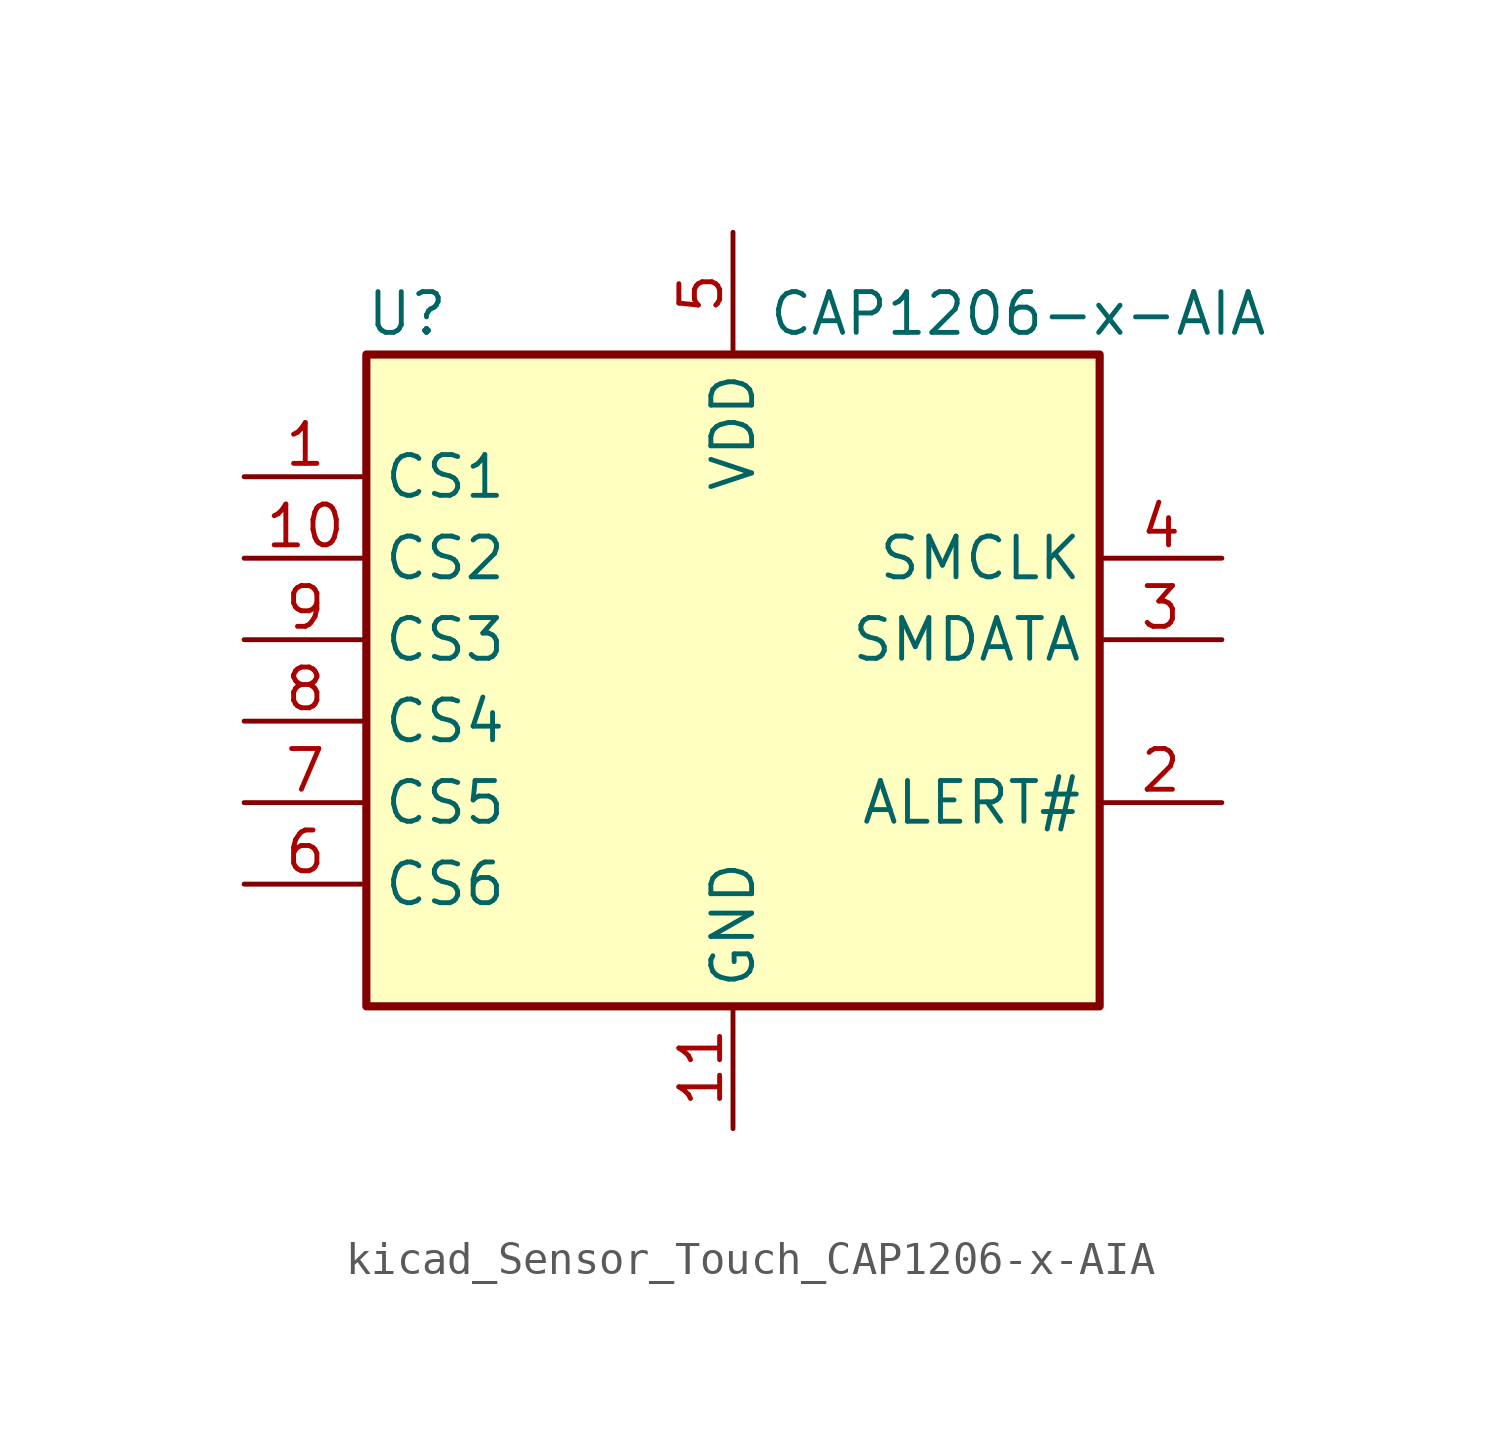
<source format=kicad_sym>
(kicad_symbol_lib
  (version 20220914)
  (generator kicad_symbol_editor)
  (symbol "kicad_Sensor_Touch_CAP1206-x-AIA"
    (property "Reference" "U"
      (at -10.16 12.7 0)
      (effects (font (size 1.27 1.27))))
    (property "Value" "CAP1206-x-AIA"
      (at 8.89 12.7 0)
      (effects (font (size 1.27 1.27))))
    (symbol "kicad_Sensor_Touch_CAP1206-x-AIA_0_1"
      (rectangle (start -11.43 11.43) (end 11.43 -8.89) (stroke (width 0.254) (type default)) (fill (type background))))
    (symbol "kicad_Sensor_Touch_CAP1206-x-AIA_1_1"
      (pin passive line (at -15.24 7.62 0) (length 3.81) (name "CS1" (effects (font (size 1.27 1.27)))) (number "1" (effects (font (size 1.27 1.27)))))
      (pin passive line (at -15.24 5.08 0) (length 3.81) (name "CS2" (effects (font (size 1.27 1.27)))) (number "10" (effects (font (size 1.27 1.27)))))
      (pin power_in line (at 0 -12.7 90) (length 3.81) (name "GND" (effects (font (size 1.27 1.27)))) (number "11" (effects (font (size 1.27 1.27)))))
      (pin open_collector line (at 15.24 -2.54 180) (length 3.81) (name "ALERT#" (effects (font (size 1.27 1.27)))) (number "2" (effects (font (size 1.27 1.27)))))
      (pin bidirectional line (at 15.24 2.54 180) (length 3.81) (name "SMDATA" (effects (font (size 1.27 1.27)))) (number "3" (effects (font (size 1.27 1.27)))))
      (pin input line (at 15.24 5.08 180) (length 3.81) (name "SMCLK" (effects (font (size 1.27 1.27)))) (number "4" (effects (font (size 1.27 1.27)))))
      (pin power_in line (at 0 15.24 270) (length 3.81) (name "VDD" (effects (font (size 1.27 1.27)))) (number "5" (effects (font (size 1.27 1.27)))))
      (pin passive line (at -15.24 -5.08 0) (length 3.81) (name "CS6" (effects (font (size 1.27 1.27)))) (number "6" (effects (font (size 1.27 1.27)))))
      (pin passive line (at -15.24 -2.54 0) (length 3.81) (name "CS5" (effects (font (size 1.27 1.27)))) (number "7" (effects (font (size 1.27 1.27)))))
      (pin passive line (at -15.24 0 0) (length 3.81) (name "CS4" (effects (font (size 1.27 1.27)))) (number "8" (effects (font (size 1.27 1.27)))))
      (pin passive line (at -15.24 2.54 0) (length 3.81) (name "CS3" (effects (font (size 1.27 1.27)))) (number "9" (effects (font (size 1.27 1.27))))))))
</source>
